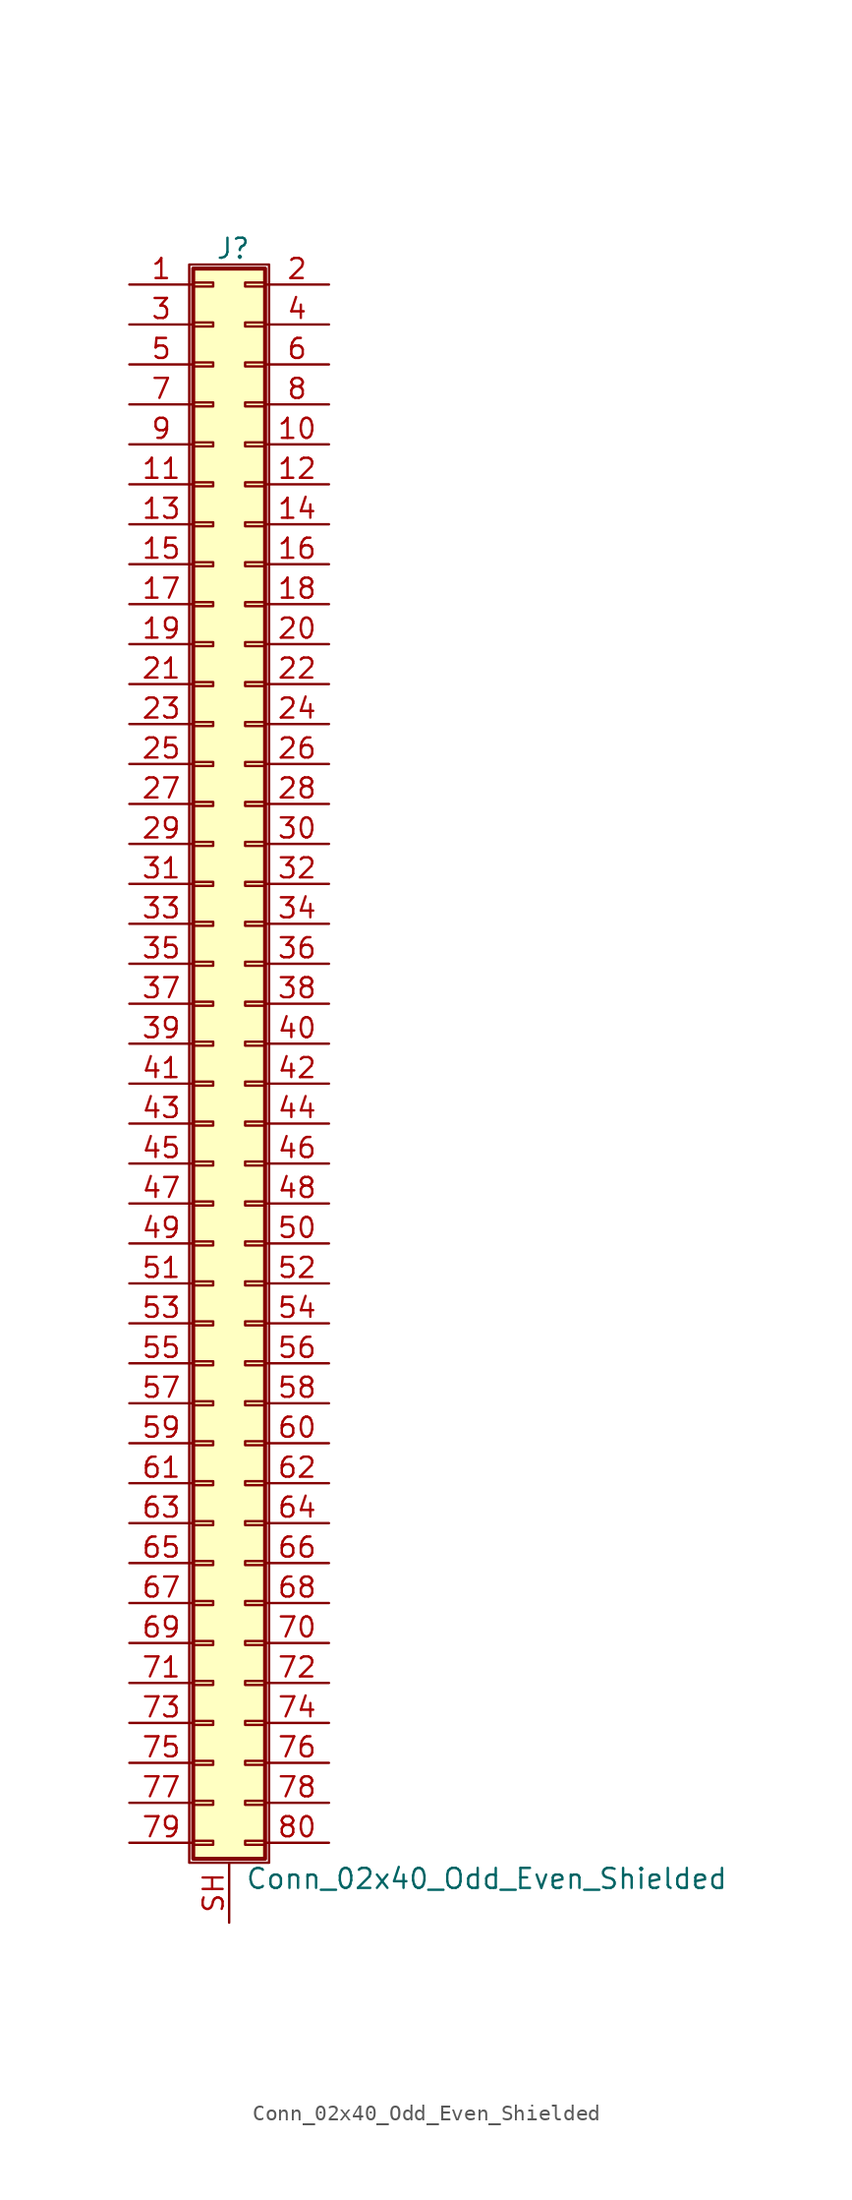
<source format=kicad_sym>
(kicad_symbol_lib
  (version 20211014)
  (generator kicad_symbol_editor)
  (symbol "Conn_02x40_Odd_Even_Shielded"
    (pin_names
      (offset 1.016) hide)
    (property "Reference" "J"
      (at 1.524 50.546 0)
      (effects (font (size 1.27 1.27))))
    (property "Value" "Conn_02x40_Odd_Even_Shielded"
      (at 2.286 -53.086 0)
      (effects (font (size 1.27 1.27)) (justify left)))
    (symbol "Conn_02x40_Odd_Even_Shielded_1_1"
      (rectangle (start -1.27 49.53) (end 3.81 -52.07) (stroke (width 0.152) (type default) (color 0 0 0 0)) (fill (type none)))
      (rectangle (start -1.016 -50.673) (end 0.254 -50.927) (stroke (width 0.152) (type default) (color 0 0 0 0)) (fill (type none)))
      (rectangle (start -1.016 -48.133) (end 0.254 -48.387) (stroke (width 0.152) (type default) (color 0 0 0 0)) (fill (type none)))
      (rectangle (start -1.016 -45.593) (end 0.254 -45.847) (stroke (width 0.152) (type default) (color 0 0 0 0)) (fill (type none)))
      (rectangle (start -1.016 -43.053) (end 0.254 -43.307) (stroke (width 0.152) (type default) (color 0 0 0 0)) (fill (type none)))
      (rectangle (start -1.016 -40.513) (end 0.254 -40.767) (stroke (width 0.152) (type default) (color 0 0 0 0)) (fill (type none)))
      (rectangle (start -1.016 -37.973) (end 0.254 -38.227) (stroke (width 0.152) (type default) (color 0 0 0 0)) (fill (type none)))
      (rectangle (start -1.016 -35.433) (end 0.254 -35.687) (stroke (width 0.152) (type default) (color 0 0 0 0)) (fill (type none)))
      (rectangle (start -1.016 -32.893) (end 0.254 -33.147) (stroke (width 0.152) (type default) (color 0 0 0 0)) (fill (type none)))
      (rectangle (start -1.016 -30.353) (end 0.254 -30.607) (stroke (width 0.152) (type default) (color 0 0 0 0)) (fill (type none)))
      (rectangle (start -1.016 -27.813) (end 0.254 -28.067) (stroke (width 0.152) (type default) (color 0 0 0 0)) (fill (type none)))
      (rectangle (start -1.016 -25.273) (end 0.254 -25.527) (stroke (width 0.152) (type default) (color 0 0 0 0)) (fill (type none)))
      (rectangle (start -1.016 -22.733) (end 0.254 -22.987) (stroke (width 0.152) (type default) (color 0 0 0 0)) (fill (type none)))
      (rectangle (start -1.016 -20.193) (end 0.254 -20.447) (stroke (width 0.152) (type default) (color 0 0 0 0)) (fill (type none)))
      (rectangle (start -1.016 -17.653) (end 0.254 -17.907) (stroke (width 0.152) (type default) (color 0 0 0 0)) (fill (type none)))
      (rectangle (start -1.016 -15.113) (end 0.254 -15.367) (stroke (width 0.152) (type default) (color 0 0 0 0)) (fill (type none)))
      (rectangle (start -1.016 -12.573) (end 0.254 -12.827) (stroke (width 0.152) (type default) (color 0 0 0 0)) (fill (type none)))
      (rectangle (start -1.016 -10.033) (end 0.254 -10.287) (stroke (width 0.152) (type default) (color 0 0 0 0)) (fill (type none)))
      (rectangle (start -1.016 -7.493) (end 0.254 -7.747) (stroke (width 0.152) (type default) (color 0 0 0 0)) (fill (type none)))
      (rectangle (start -1.016 -4.953) (end 0.254 -5.207) (stroke (width 0.152) (type default) (color 0 0 0 0)) (fill (type none)))
      (rectangle (start -1.016 -2.413) (end 0.254 -2.667) (stroke (width 0.152) (type default) (color 0 0 0 0)) (fill (type none)))
      (rectangle (start -1.016 0.127) (end 0.254 -0.127) (stroke (width 0.152) (type default) (color 0 0 0 0)) (fill (type none)))
      (rectangle (start -1.016 2.667) (end 0.254 2.413) (stroke (width 0.152) (type default) (color 0 0 0 0)) (fill (type none)))
      (rectangle (start -1.016 5.207) (end 0.254 4.953) (stroke (width 0.152) (type default) (color 0 0 0 0)) (fill (type none)))
      (rectangle (start -1.016 7.747) (end 0.254 7.493) (stroke (width 0.152) (type default) (color 0 0 0 0)) (fill (type none)))
      (rectangle (start -1.016 10.287) (end 0.254 10.033) (stroke (width 0.152) (type default) (color 0 0 0 0)) (fill (type none)))
      (rectangle (start -1.016 12.827) (end 0.254 12.573) (stroke (width 0.152) (type default) (color 0 0 0 0)) (fill (type none)))
      (rectangle (start -1.016 15.367) (end 0.254 15.113) (stroke (width 0.152) (type default) (color 0 0 0 0)) (fill (type none)))
      (rectangle (start -1.016 17.907) (end 0.254 17.653) (stroke (width 0.152) (type default) (color 0 0 0 0)) (fill (type none)))
      (rectangle (start -1.016 20.447) (end 0.254 20.193) (stroke (width 0.152) (type default) (color 0 0 0 0)) (fill (type none)))
      (rectangle (start -1.016 22.987) (end 0.254 22.733) (stroke (width 0.152) (type default) (color 0 0 0 0)) (fill (type none)))
      (rectangle (start -1.016 25.527) (end 0.254 25.273) (stroke (width 0.152) (type default) (color 0 0 0 0)) (fill (type none)))
      (rectangle (start -1.016 28.067) (end 0.254 27.813) (stroke (width 0.152) (type default) (color 0 0 0 0)) (fill (type none)))
      (rectangle (start -1.016 30.607) (end 0.254 30.353) (stroke (width 0.152) (type default) (color 0 0 0 0)) (fill (type none)))
      (rectangle (start -1.016 33.147) (end 0.254 32.893) (stroke (width 0.152) (type default) (color 0 0 0 0)) (fill (type none)))
      (rectangle (start -1.016 35.687) (end 0.254 35.433) (stroke (width 0.152) (type default) (color 0 0 0 0)) (fill (type none)))
      (rectangle (start -1.016 38.227) (end 0.254 37.973) (stroke (width 0.152) (type default) (color 0 0 0 0)) (fill (type none)))
      (rectangle (start -1.016 40.767) (end 0.254 40.513) (stroke (width 0.152) (type default) (color 0 0 0 0)) (fill (type none)))
      (rectangle (start -1.016 43.307) (end 0.254 43.053) (stroke (width 0.152) (type default) (color 0 0 0 0)) (fill (type none)))
      (rectangle (start -1.016 45.847) (end 0.254 45.593) (stroke (width 0.152) (type default) (color 0 0 0 0)) (fill (type none)))
      (rectangle (start -1.016 48.387) (end 0.254 48.133) (stroke (width 0.152) (type default) (color 0 0 0 0)) (fill (type none)))
      (rectangle (start -1.016 49.276) (end 3.556 -51.816) (stroke (width 0.254) (type default) (color 0 0 0 0)) (fill (type background)))
      (rectangle (start 3.556 -50.673) (end 2.286 -50.927) (stroke (width 0.152) (type default) (color 0 0 0 0)) (fill (type none)))
      (rectangle (start 3.556 -48.133) (end 2.286 -48.387) (stroke (width 0.152) (type default) (color 0 0 0 0)) (fill (type none)))
      (rectangle (start 3.556 -45.593) (end 2.286 -45.847) (stroke (width 0.152) (type default) (color 0 0 0 0)) (fill (type none)))
      (rectangle (start 3.556 -43.053) (end 2.286 -43.307) (stroke (width 0.152) (type default) (color 0 0 0 0)) (fill (type none)))
      (rectangle (start 3.556 -40.513) (end 2.286 -40.767) (stroke (width 0.152) (type default) (color 0 0 0 0)) (fill (type none)))
      (rectangle (start 3.556 -37.973) (end 2.286 -38.227) (stroke (width 0.152) (type default) (color 0 0 0 0)) (fill (type none)))
      (rectangle (start 3.556 -35.433) (end 2.286 -35.687) (stroke (width 0.152) (type default) (color 0 0 0 0)) (fill (type none)))
      (rectangle (start 3.556 -32.893) (end 2.286 -33.147) (stroke (width 0.152) (type default) (color 0 0 0 0)) (fill (type none)))
      (rectangle (start 3.556 -30.353) (end 2.286 -30.607) (stroke (width 0.152) (type default) (color 0 0 0 0)) (fill (type none)))
      (rectangle (start 3.556 -27.813) (end 2.286 -28.067) (stroke (width 0.152) (type default) (color 0 0 0 0)) (fill (type none)))
      (rectangle (start 3.556 -25.273) (end 2.286 -25.527) (stroke (width 0.152) (type default) (color 0 0 0 0)) (fill (type none)))
      (rectangle (start 3.556 -22.733) (end 2.286 -22.987) (stroke (width 0.152) (type default) (color 0 0 0 0)) (fill (type none)))
      (rectangle (start 3.556 -20.193) (end 2.286 -20.447) (stroke (width 0.152) (type default) (color 0 0 0 0)) (fill (type none)))
      (rectangle (start 3.556 -17.653) (end 2.286 -17.907) (stroke (width 0.152) (type default) (color 0 0 0 0)) (fill (type none)))
      (rectangle (start 3.556 -15.113) (end 2.286 -15.367) (stroke (width 0.152) (type default) (color 0 0 0 0)) (fill (type none)))
      (rectangle (start 3.556 -12.573) (end 2.286 -12.827) (stroke (width 0.152) (type default) (color 0 0 0 0)) (fill (type none)))
      (rectangle (start 3.556 -10.033) (end 2.286 -10.287) (stroke (width 0.152) (type default) (color 0 0 0 0)) (fill (type none)))
      (rectangle (start 3.556 -7.493) (end 2.286 -7.747) (stroke (width 0.152) (type default) (color 0 0 0 0)) (fill (type none)))
      (rectangle (start 3.556 -4.953) (end 2.286 -5.207) (stroke (width 0.152) (type default) (color 0 0 0 0)) (fill (type none)))
      (rectangle (start 3.556 -2.413) (end 2.286 -2.667) (stroke (width 0.152) (type default) (color 0 0 0 0)) (fill (type none)))
      (rectangle (start 3.556 0.127) (end 2.286 -0.127) (stroke (width 0.152) (type default) (color 0 0 0 0)) (fill (type none)))
      (rectangle (start 3.556 2.667) (end 2.286 2.413) (stroke (width 0.152) (type default) (color 0 0 0 0)) (fill (type none)))
      (rectangle (start 3.556 5.207) (end 2.286 4.953) (stroke (width 0.152) (type default) (color 0 0 0 0)) (fill (type none)))
      (rectangle (start 3.556 7.747) (end 2.286 7.493) (stroke (width 0.152) (type default) (color 0 0 0 0)) (fill (type none)))
      (rectangle (start 3.556 10.287) (end 2.286 10.033) (stroke (width 0.152) (type default) (color 0 0 0 0)) (fill (type none)))
      (rectangle (start 3.556 12.827) (end 2.286 12.573) (stroke (width 0.152) (type default) (color 0 0 0 0)) (fill (type none)))
      (rectangle (start 3.556 15.367) (end 2.286 15.113) (stroke (width 0.152) (type default) (color 0 0 0 0)) (fill (type none)))
      (rectangle (start 3.556 17.907) (end 2.286 17.653) (stroke (width 0.152) (type default) (color 0 0 0 0)) (fill (type none)))
      (rectangle (start 3.556 20.447) (end 2.286 20.193) (stroke (width 0.152) (type default) (color 0 0 0 0)) (fill (type none)))
      (rectangle (start 3.556 22.987) (end 2.286 22.733) (stroke (width 0.152) (type default) (color 0 0 0 0)) (fill (type none)))
      (rectangle (start 3.556 25.527) (end 2.286 25.273) (stroke (width 0.152) (type default) (color 0 0 0 0)) (fill (type none)))
      (rectangle (start 3.556 28.067) (end 2.286 27.813) (stroke (width 0.152) (type default) (color 0 0 0 0)) (fill (type none)))
      (rectangle (start 3.556 30.607) (end 2.286 30.353) (stroke (width 0.152) (type default) (color 0 0 0 0)) (fill (type none)))
      (rectangle (start 3.556 33.147) (end 2.286 32.893) (stroke (width 0.152) (type default) (color 0 0 0 0)) (fill (type none)))
      (rectangle (start 3.556 35.687) (end 2.286 35.433) (stroke (width 0.152) (type default) (color 0 0 0 0)) (fill (type none)))
      (rectangle (start 3.556 38.227) (end 2.286 37.973) (stroke (width 0.152) (type default) (color 0 0 0 0)) (fill (type none)))
      (rectangle (start 3.556 40.767) (end 2.286 40.513) (stroke (width 0.152) (type default) (color 0 0 0 0)) (fill (type none)))
      (rectangle (start 3.556 43.307) (end 2.286 43.053) (stroke (width 0.152) (type default) (color 0 0 0 0)) (fill (type none)))
      (rectangle (start 3.556 45.847) (end 2.286 45.593) (stroke (width 0.152) (type default) (color 0 0 0 0)) (fill (type none)))
      (rectangle (start 3.556 48.387) (end 2.286 48.133) (stroke (width 0.152) (type default) (color 0 0 0 0)) (fill (type none)))
      (pin passive line (at -5.08 48.26 0) (length 4.064) (name "Pin_1" (effects (font (size 1.27 1.27)))) (number "1" (effects (font (size 1.27 1.27)))))
      (pin passive line (at 7.62 38.1 180) (length 4.064) (name "Pin_10" (effects (font (size 1.27 1.27)))) (number "10" (effects (font (size 1.27 1.27)))))
      (pin passive line (at -5.08 35.56 0) (length 4.064) (name "Pin_11" (effects (font (size 1.27 1.27)))) (number "11" (effects (font (size 1.27 1.27)))))
      (pin passive line (at 7.62 35.56 180) (length 4.064) (name "Pin_12" (effects (font (size 1.27 1.27)))) (number "12" (effects (font (size 1.27 1.27)))))
      (pin passive line (at -5.08 33.02 0) (length 4.064) (name "Pin_13" (effects (font (size 1.27 1.27)))) (number "13" (effects (font (size 1.27 1.27)))))
      (pin passive line (at 7.62 33.02 180) (length 4.064) (name "Pin_14" (effects (font (size 1.27 1.27)))) (number "14" (effects (font (size 1.27 1.27)))))
      (pin passive line (at -5.08 30.48 0) (length 4.064) (name "Pin_15" (effects (font (size 1.27 1.27)))) (number "15" (effects (font (size 1.27 1.27)))))
      (pin passive line (at 7.62 30.48 180) (length 4.064) (name "Pin_16" (effects (font (size 1.27 1.27)))) (number "16" (effects (font (size 1.27 1.27)))))
      (pin passive line (at -5.08 27.94 0) (length 4.064) (name "Pin_17" (effects (font (size 1.27 1.27)))) (number "17" (effects (font (size 1.27 1.27)))))
      (pin passive line (at 7.62 27.94 180) (length 4.064) (name "Pin_18" (effects (font (size 1.27 1.27)))) (number "18" (effects (font (size 1.27 1.27)))))
      (pin passive line (at -5.08 25.4 0) (length 4.064) (name "Pin_19" (effects (font (size 1.27 1.27)))) (number "19" (effects (font (size 1.27 1.27)))))
      (pin passive line (at 7.62 48.26 180) (length 4.064) (name "Pin_2" (effects (font (size 1.27 1.27)))) (number "2" (effects (font (size 1.27 1.27)))))
      (pin passive line (at 7.62 25.4 180) (length 4.064) (name "Pin_20" (effects (font (size 1.27 1.27)))) (number "20" (effects (font (size 1.27 1.27)))))
      (pin passive line (at -5.08 22.86 0) (length 4.064) (name "Pin_21" (effects (font (size 1.27 1.27)))) (number "21" (effects (font (size 1.27 1.27)))))
      (pin passive line (at 7.62 22.86 180) (length 4.064) (name "Pin_22" (effects (font (size 1.27 1.27)))) (number "22" (effects (font (size 1.27 1.27)))))
      (pin passive line (at -5.08 20.32 0) (length 4.064) (name "Pin_23" (effects (font (size 1.27 1.27)))) (number "23" (effects (font (size 1.27 1.27)))))
      (pin passive line (at 7.62 20.32 180) (length 4.064) (name "Pin_24" (effects (font (size 1.27 1.27)))) (number "24" (effects (font (size 1.27 1.27)))))
      (pin passive line (at -5.08 17.78 0) (length 4.064) (name "Pin_25" (effects (font (size 1.27 1.27)))) (number "25" (effects (font (size 1.27 1.27)))))
      (pin passive line (at 7.62 17.78 180) (length 4.064) (name "Pin_26" (effects (font (size 1.27 1.27)))) (number "26" (effects (font (size 1.27 1.27)))))
      (pin passive line (at -5.08 15.24 0) (length 4.064) (name "Pin_27" (effects (font (size 1.27 1.27)))) (number "27" (effects (font (size 1.27 1.27)))))
      (pin passive line (at 7.62 15.24 180) (length 4.064) (name "Pin_28" (effects (font (size 1.27 1.27)))) (number "28" (effects (font (size 1.27 1.27)))))
      (pin passive line (at -5.08 12.7 0) (length 4.064) (name "Pin_29" (effects (font (size 1.27 1.27)))) (number "29" (effects (font (size 1.27 1.27)))))
      (pin passive line (at -5.08 45.72 0) (length 4.064) (name "Pin_3" (effects (font (size 1.27 1.27)))) (number "3" (effects (font (size 1.27 1.27)))))
      (pin passive line (at 7.62 12.7 180) (length 4.064) (name "Pin_30" (effects (font (size 1.27 1.27)))) (number "30" (effects (font (size 1.27 1.27)))))
      (pin passive line (at -5.08 10.16 0) (length 4.064) (name "Pin_31" (effects (font (size 1.27 1.27)))) (number "31" (effects (font (size 1.27 1.27)))))
      (pin passive line (at 7.62 10.16 180) (length 4.064) (name "Pin_32" (effects (font (size 1.27 1.27)))) (number "32" (effects (font (size 1.27 1.27)))))
      (pin passive line (at -5.08 7.62 0) (length 4.064) (name "Pin_33" (effects (font (size 1.27 1.27)))) (number "33" (effects (font (size 1.27 1.27)))))
      (pin passive line (at 7.62 7.62 180) (length 4.064) (name "Pin_34" (effects (font (size 1.27 1.27)))) (number "34" (effects (font (size 1.27 1.27)))))
      (pin passive line (at -5.08 5.08 0) (length 4.064) (name "Pin_35" (effects (font (size 1.27 1.27)))) (number "35" (effects (font (size 1.27 1.27)))))
      (pin passive line (at 7.62 5.08 180) (length 4.064) (name "Pin_36" (effects (font (size 1.27 1.27)))) (number "36" (effects (font (size 1.27 1.27)))))
      (pin passive line (at -5.08 2.54 0) (length 4.064) (name "Pin_37" (effects (font (size 1.27 1.27)))) (number "37" (effects (font (size 1.27 1.27)))))
      (pin passive line (at 7.62 2.54 180) (length 4.064) (name "Pin_38" (effects (font (size 1.27 1.27)))) (number "38" (effects (font (size 1.27 1.27)))))
      (pin passive line (at -5.08 0 0) (length 4.064) (name "Pin_39" (effects (font (size 1.27 1.27)))) (number "39" (effects (font (size 1.27 1.27)))))
      (pin passive line (at 7.62 45.72 180) (length 4.064) (name "Pin_4" (effects (font (size 1.27 1.27)))) (number "4" (effects (font (size 1.27 1.27)))))
      (pin passive line (at 7.62 0 180) (length 4.064) (name "Pin_40" (effects (font (size 1.27 1.27)))) (number "40" (effects (font (size 1.27 1.27)))))
      (pin passive line (at -5.08 -2.54 0) (length 4.064) (name "Pin_41" (effects (font (size 1.27 1.27)))) (number "41" (effects (font (size 1.27 1.27)))))
      (pin passive line (at 7.62 -2.54 180) (length 4.064) (name "Pin_42" (effects (font (size 1.27 1.27)))) (number "42" (effects (font (size 1.27 1.27)))))
      (pin passive line (at -5.08 -5.08 0) (length 4.064) (name "Pin_43" (effects (font (size 1.27 1.27)))) (number "43" (effects (font (size 1.27 1.27)))))
      (pin passive line (at 7.62 -5.08 180) (length 4.064) (name "Pin_44" (effects (font (size 1.27 1.27)))) (number "44" (effects (font (size 1.27 1.27)))))
      (pin passive line (at -5.08 -7.62 0) (length 4.064) (name "Pin_45" (effects (font (size 1.27 1.27)))) (number "45" (effects (font (size 1.27 1.27)))))
      (pin passive line (at 7.62 -7.62 180) (length 4.064) (name "Pin_46" (effects (font (size 1.27 1.27)))) (number "46" (effects (font (size 1.27 1.27)))))
      (pin passive line (at -5.08 -10.16 0) (length 4.064) (name "Pin_47" (effects (font (size 1.27 1.27)))) (number "47" (effects (font (size 1.27 1.27)))))
      (pin passive line (at 7.62 -10.16 180) (length 4.064) (name "Pin_48" (effects (font (size 1.27 1.27)))) (number "48" (effects (font (size 1.27 1.27)))))
      (pin passive line (at -5.08 -12.7 0) (length 4.064) (name "Pin_49" (effects (font (size 1.27 1.27)))) (number "49" (effects (font (size 1.27 1.27)))))
      (pin passive line (at -5.08 43.18 0) (length 4.064) (name "Pin_5" (effects (font (size 1.27 1.27)))) (number "5" (effects (font (size 1.27 1.27)))))
      (pin passive line (at 7.62 -12.7 180) (length 4.064) (name "Pin_50" (effects (font (size 1.27 1.27)))) (number "50" (effects (font (size 1.27 1.27)))))
      (pin passive line (at -5.08 -15.24 0) (length 4.064) (name "Pin_51" (effects (font (size 1.27 1.27)))) (number "51" (effects (font (size 1.27 1.27)))))
      (pin passive line (at 7.62 -15.24 180) (length 4.064) (name "Pin_52" (effects (font (size 1.27 1.27)))) (number "52" (effects (font (size 1.27 1.27)))))
      (pin passive line (at -5.08 -17.78 0) (length 4.064) (name "Pin_53" (effects (font (size 1.27 1.27)))) (number "53" (effects (font (size 1.27 1.27)))))
      (pin passive line (at 7.62 -17.78 180) (length 4.064) (name "Pin_54" (effects (font (size 1.27 1.27)))) (number "54" (effects (font (size 1.27 1.27)))))
      (pin passive line (at -5.08 -20.32 0) (length 4.064) (name "Pin_55" (effects (font (size 1.27 1.27)))) (number "55" (effects (font (size 1.27 1.27)))))
      (pin passive line (at 7.62 -20.32 180) (length 4.064) (name "Pin_56" (effects (font (size 1.27 1.27)))) (number "56" (effects (font (size 1.27 1.27)))))
      (pin passive line (at -5.08 -22.86 0) (length 4.064) (name "Pin_57" (effects (font (size 1.27 1.27)))) (number "57" (effects (font (size 1.27 1.27)))))
      (pin passive line (at 7.62 -22.86 180) (length 4.064) (name "Pin_58" (effects (font (size 1.27 1.27)))) (number "58" (effects (font (size 1.27 1.27)))))
      (pin passive line (at -5.08 -25.4 0) (length 4.064) (name "Pin_59" (effects (font (size 1.27 1.27)))) (number "59" (effects (font (size 1.27 1.27)))))
      (pin passive line (at 7.62 43.18 180) (length 4.064) (name "Pin_6" (effects (font (size 1.27 1.27)))) (number "6" (effects (font (size 1.27 1.27)))))
      (pin passive line (at 7.62 -25.4 180) (length 4.064) (name "Pin_60" (effects (font (size 1.27 1.27)))) (number "60" (effects (font (size 1.27 1.27)))))
      (pin passive line (at -5.08 -27.94 0) (length 4.064) (name "Pin_61" (effects (font (size 1.27 1.27)))) (number "61" (effects (font (size 1.27 1.27)))))
      (pin passive line (at 7.62 -27.94 180) (length 4.064) (name "Pin_62" (effects (font (size 1.27 1.27)))) (number "62" (effects (font (size 1.27 1.27)))))
      (pin passive line (at -5.08 -30.48 0) (length 4.064) (name "Pin_63" (effects (font (size 1.27 1.27)))) (number "63" (effects (font (size 1.27 1.27)))))
      (pin passive line (at 7.62 -30.48 180) (length 4.064) (name "Pin_64" (effects (font (size 1.27 1.27)))) (number "64" (effects (font (size 1.27 1.27)))))
      (pin passive line (at -5.08 -33.02 0) (length 4.064) (name "Pin_65" (effects (font (size 1.27 1.27)))) (number "65" (effects (font (size 1.27 1.27)))))
      (pin passive line (at 7.62 -33.02 180) (length 4.064) (name "Pin_66" (effects (font (size 1.27 1.27)))) (number "66" (effects (font (size 1.27 1.27)))))
      (pin passive line (at -5.08 -35.56 0) (length 4.064) (name "Pin_67" (effects (font (size 1.27 1.27)))) (number "67" (effects (font (size 1.27 1.27)))))
      (pin passive line (at 7.62 -35.56 180) (length 4.064) (name "Pin_68" (effects (font (size 1.27 1.27)))) (number "68" (effects (font (size 1.27 1.27)))))
      (pin passive line (at -5.08 -38.1 0) (length 4.064) (name "Pin_69" (effects (font (size 1.27 1.27)))) (number "69" (effects (font (size 1.27 1.27)))))
      (pin passive line (at -5.08 40.64 0) (length 4.064) (name "Pin_7" (effects (font (size 1.27 1.27)))) (number "7" (effects (font (size 1.27 1.27)))))
      (pin passive line (at 7.62 -38.1 180) (length 4.064) (name "Pin_70" (effects (font (size 1.27 1.27)))) (number "70" (effects (font (size 1.27 1.27)))))
      (pin passive line (at -5.08 -40.64 0) (length 4.064) (name "Pin_71" (effects (font (size 1.27 1.27)))) (number "71" (effects (font (size 1.27 1.27)))))
      (pin passive line (at 7.62 -40.64 180) (length 4.064) (name "Pin_72" (effects (font (size 1.27 1.27)))) (number "72" (effects (font (size 1.27 1.27)))))
      (pin passive line (at -5.08 -43.18 0) (length 4.064) (name "Pin_73" (effects (font (size 1.27 1.27)))) (number "73" (effects (font (size 1.27 1.27)))))
      (pin passive line (at 7.62 -43.18 180) (length 4.064) (name "Pin_74" (effects (font (size 1.27 1.27)))) (number "74" (effects (font (size 1.27 1.27)))))
      (pin passive line (at -5.08 -45.72 0) (length 4.064) (name "Pin_75" (effects (font (size 1.27 1.27)))) (number "75" (effects (font (size 1.27 1.27)))))
      (pin passive line (at 7.62 -45.72 180) (length 4.064) (name "Pin_76" (effects (font (size 1.27 1.27)))) (number "76" (effects (font (size 1.27 1.27)))))
      (pin passive line (at -5.08 -48.26 0) (length 4.064) (name "Pin_77" (effects (font (size 1.27 1.27)))) (number "77" (effects (font (size 1.27 1.27)))))
      (pin passive line (at 7.62 -48.26 180) (length 4.064) (name "Pin_78" (effects (font (size 1.27 1.27)))) (number "78" (effects (font (size 1.27 1.27)))))
      (pin passive line (at -5.08 -50.8 0) (length 4.064) (name "Pin_79" (effects (font (size 1.27 1.27)))) (number "79" (effects (font (size 1.27 1.27)))))
      (pin passive line (at 7.62 40.64 180) (length 4.064) (name "Pin_8" (effects (font (size 1.27 1.27)))) (number "8" (effects (font (size 1.27 1.27)))))
      (pin passive line (at 7.62 -50.8 180) (length 4.064) (name "Pin_80" (effects (font (size 1.27 1.27)))) (number "80" (effects (font (size 1.27 1.27)))))
      (pin passive line (at -5.08 38.1 0) (length 4.064) (name "Pin_9" (effects (font (size 1.27 1.27)))) (number "9" (effects (font (size 1.27 1.27)))))
      (pin passive line (at 1.27 -55.88 90) (length 3.81) (name "Shield" (effects (font (size 1.27 1.27)))) (number "SH" (effects (font (size 1.27 1.27))))))))
</source>
